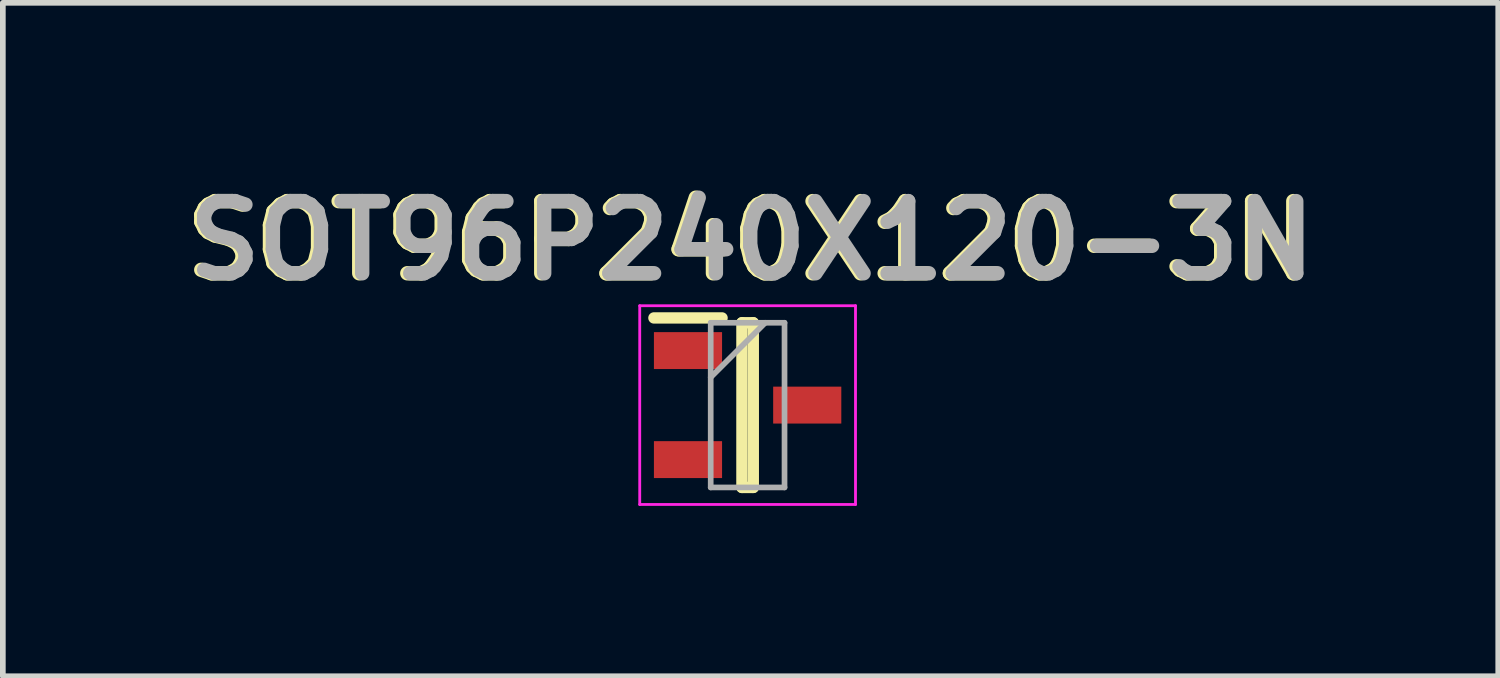
<source format=kicad_pcb>
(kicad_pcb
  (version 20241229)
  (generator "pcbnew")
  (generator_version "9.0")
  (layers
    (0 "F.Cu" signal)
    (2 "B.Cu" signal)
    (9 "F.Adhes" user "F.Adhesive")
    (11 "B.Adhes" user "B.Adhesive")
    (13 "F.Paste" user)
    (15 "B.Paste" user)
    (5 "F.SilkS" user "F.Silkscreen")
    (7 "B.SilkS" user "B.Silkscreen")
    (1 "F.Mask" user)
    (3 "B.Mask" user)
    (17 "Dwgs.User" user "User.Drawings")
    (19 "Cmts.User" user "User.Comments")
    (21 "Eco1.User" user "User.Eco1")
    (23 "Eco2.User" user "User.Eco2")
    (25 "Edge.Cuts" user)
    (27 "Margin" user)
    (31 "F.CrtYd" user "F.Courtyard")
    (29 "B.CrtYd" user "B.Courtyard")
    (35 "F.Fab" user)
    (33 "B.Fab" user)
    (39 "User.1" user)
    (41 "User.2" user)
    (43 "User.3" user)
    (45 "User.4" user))
  (footprint "SOT96P240X120-3N"
    (layer "F.Cu")
    (at 10.116 4.084)
    (property "Reference" "SOT96P240X120-3N" (at 0.025 -2.896 0) (layer "F.SilkS") (effects (font (size 1.27 1.27) (thickness 0.254))))
    (attr smd)
    (fp_line (start -1.65 -1.535) (end -0.45 -1.535) (stroke (width 0.2) (type solid)) (layer "F.SilkS"))
    (fp_line (start -0.1 -1.45) (end 0.1 -1.45) (stroke (width 0.2) (type solid)) (layer "F.SilkS"))
    (fp_line (start -0.1 1.45) (end -0.1 -1.45) (stroke (width 0.2) (type solid)) (layer "F.SilkS"))
    (fp_line (start 0.1 -1.45) (end 0.1 1.45) (stroke (width 0.2) (type solid)) (layer "F.SilkS"))
    (fp_line (start 0.1 1.45) (end -0.1 1.45) (stroke (width 0.2) (type solid)) (layer "F.SilkS"))
    (fp_line (start -1.9 -1.75) (end 1.9 -1.75) (stroke (width 0.05) (type solid)) (layer "F.CrtYd"))
    (fp_line (start -1.9 1.75) (end -1.9 -1.75) (stroke (width 0.05) (type solid)) (layer "F.CrtYd"))
    (fp_line (start 1.9 -1.75) (end 1.9 1.75) (stroke (width 0.05) (type solid)) (layer "F.CrtYd"))
    (fp_line (start 1.9 1.75) (end -1.9 1.75) (stroke (width 0.05) (type solid)) (layer "F.CrtYd"))
    (fp_line (start -0.65 -1.45) (end 0.65 -1.45) (stroke (width 0.1) (type solid)) (layer "F.Fab"))
    (fp_line (start -0.65 -0.49) (end 0.31 -1.45) (stroke (width 0.1) (type solid)) (layer "F.Fab"))
    (fp_line (start -0.65 1.45) (end -0.65 -1.45) (stroke (width 0.1) (type solid)) (layer "F.Fab"))
    (fp_line (start 0.65 -1.45) (end 0.65 1.45) (stroke (width 0.1) (type solid)) (layer "F.Fab"))
    (fp_line (start 0.65 1.45) (end -0.65 1.45) (stroke (width 0.1) (type solid)) (layer "F.Fab"))
    (fp_text user "${REFERENCE}" (at 0.076 -2.896 0) (layer "F.Fab") (effects (font (size 1.27 1.27) (thickness 0.254))))
    (pad "1" smd rect (at -1.05 -0.96 90) (size 0.65 1.2) (layers "F.Cu" "F.Mask" "F.Paste"))
    (pad "2" smd rect (at -1.05 0.96 90) (size 0.65 1.2) (layers "F.Cu" "F.Mask" "F.Paste"))
    (pad "3" smd rect (at 1.05 0 90) (size 0.65 1.2) (layers "F.Cu" "F.Mask" "F.Paste")))
  (gr_rect
    (start -3 -3)
    (end 23.335 8.859)
    (stroke (width 0.1) (type default))
    (fill no)
    (layer "Edge.Cuts")))
</source>
